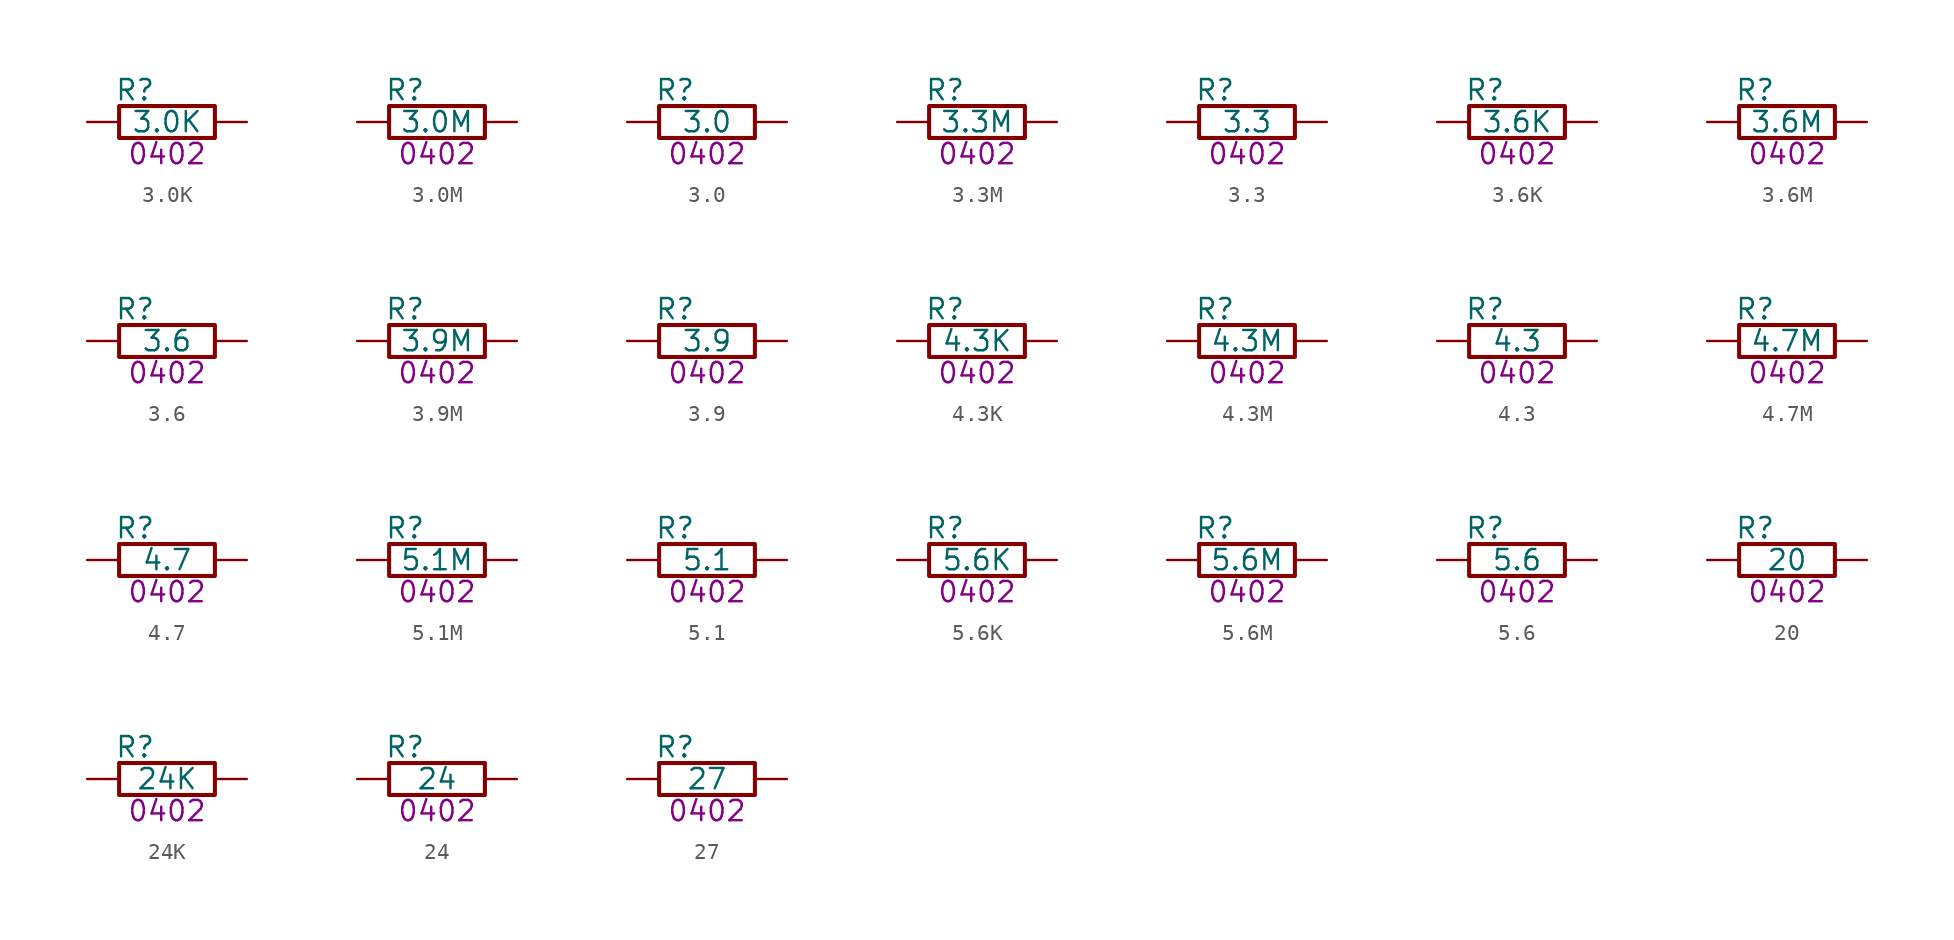
<source format=kicad_sym>
(kicad_symbol_lib
  (version 20211014)
  (generator kicad_symbol_editor)
  (symbol "3.0K"
    (pin_numbers hide)
    (pin_names hide)
    (property "Reference" "R"
      (at -2 1 0)
      (effects (font (size 1.27 1.27))))
    (property "Value" "3.0K"
      (at 0 -1 0)
      (effects (font (size 1.27 1.27))))
    (property "Size" "0402"
      (at 0 -3 0)
      (effects (font (size 1.27 1.27))))
    (symbol "3.0K_0_1"
      (rectangle (start -3 0) (end 3 -2) (stroke (width 0.254) (type default) (color 0 0 0 0)) (fill (type none))))
    (symbol "3.0K_1_1"
      (pin passive line (at -5 -1 0) (length 2) (name "~" (effects (font (size 1.27 1.27)))) (number "1" (effects (font (size 1.27 1.27)))))
      (pin passive line (at 5 -1 180) (length 2) (name "~" (effects (font (size 1.27 1.27)))) (number "2" (effects (font (size 1.27 1.27)))))))
  (symbol "3.0M"
    (pin_numbers hide)
    (pin_names hide)
    (property "Reference" "R"
      (at -2 1 0)
      (effects (font (size 1.27 1.27))))
    (property "Value" "3.0M"
      (at 0 -1 0)
      (effects (font (size 1.27 1.27))))
    (property "Size" "0402"
      (at 0 -3 0)
      (effects (font (size 1.27 1.27))))
    (symbol "3.0M_0_1"
      (rectangle (start -3 0) (end 3 -2) (stroke (width 0.254) (type default) (color 0 0 0 0)) (fill (type none))))
    (symbol "3.0M_1_1"
      (pin passive line (at -5 -1 0) (length 2) (name "~" (effects (font (size 1.27 1.27)))) (number "1" (effects (font (size 1.27 1.27)))))
      (pin passive line (at 5 -1 180) (length 2) (name "~" (effects (font (size 1.27 1.27)))) (number "2" (effects (font (size 1.27 1.27)))))))
  (symbol "3.0"
    (pin_numbers hide)
    (pin_names hide)
    (property "Reference" "R"
      (at -2 1 0)
      (effects (font (size 1.27 1.27))))
    (property "Value" "3.0"
      (at 0 -1 0)
      (effects (font (size 1.27 1.27))))
    (property "Size" "0402"
      (at 0 -3 0)
      (effects (font (size 1.27 1.27))))
    (symbol "3.0_0_1"
      (rectangle (start -3 0) (end 3 -2) (stroke (width 0.254) (type default) (color 0 0 0 0)) (fill (type none))))
    (symbol "3.0_1_1"
      (pin passive line (at -5 -1 0) (length 2) (name "~" (effects (font (size 1.27 1.27)))) (number "1" (effects (font (size 1.27 1.27)))))
      (pin passive line (at 5 -1 180) (length 2) (name "~" (effects (font (size 1.27 1.27)))) (number "2" (effects (font (size 1.27 1.27)))))))
  (symbol "3.3M"
    (pin_numbers hide)
    (pin_names hide)
    (property "Reference" "R"
      (at -2 1 0)
      (effects (font (size 1.27 1.27))))
    (property "Value" "3.3M"
      (at 0 -1 0)
      (effects (font (size 1.27 1.27))))
    (property "Size" "0402"
      (at 0 -3 0)
      (effects (font (size 1.27 1.27))))
    (symbol "3.3M_0_1"
      (rectangle (start -3 0) (end 3 -2) (stroke (width 0.254) (type default) (color 0 0 0 0)) (fill (type none))))
    (symbol "3.3M_1_1"
      (pin passive line (at -5 -1 0) (length 2) (name "~" (effects (font (size 1.27 1.27)))) (number "1" (effects (font (size 1.27 1.27)))))
      (pin passive line (at 5 -1 180) (length 2) (name "~" (effects (font (size 1.27 1.27)))) (number "2" (effects (font (size 1.27 1.27)))))))
  (symbol "3.3"
    (pin_numbers hide)
    (pin_names hide)
    (property "Reference" "R"
      (at -2 1 0)
      (effects (font (size 1.27 1.27))))
    (property "Value" "3.3"
      (at 0 -1 0)
      (effects (font (size 1.27 1.27))))
    (property "Size" "0402"
      (at 0 -3 0)
      (effects (font (size 1.27 1.27))))
    (symbol "3.3_0_1"
      (rectangle (start -3 0) (end 3 -2) (stroke (width 0.254) (type default) (color 0 0 0 0)) (fill (type none))))
    (symbol "3.3_1_1"
      (pin passive line (at -5 -1 0) (length 2) (name "~" (effects (font (size 1.27 1.27)))) (number "1" (effects (font (size 1.27 1.27)))))
      (pin passive line (at 5 -1 180) (length 2) (name "~" (effects (font (size 1.27 1.27)))) (number "2" (effects (font (size 1.27 1.27)))))))
  (symbol "3.6K"
    (pin_numbers hide)
    (pin_names hide)
    (property "Reference" "R"
      (at -2 1 0)
      (effects (font (size 1.27 1.27))))
    (property "Value" "3.6K"
      (at 0 -1 0)
      (effects (font (size 1.27 1.27))))
    (property "Size" "0402"
      (at 0 -3 0)
      (effects (font (size 1.27 1.27))))
    (symbol "3.6K_0_1"
      (rectangle (start -3 0) (end 3 -2) (stroke (width 0.254) (type default) (color 0 0 0 0)) (fill (type none))))
    (symbol "3.6K_1_1"
      (pin passive line (at -5 -1 0) (length 2) (name "~" (effects (font (size 1.27 1.27)))) (number "1" (effects (font (size 1.27 1.27)))))
      (pin passive line (at 5 -1 180) (length 2) (name "~" (effects (font (size 1.27 1.27)))) (number "2" (effects (font (size 1.27 1.27)))))))
  (symbol "3.6M"
    (pin_numbers hide)
    (pin_names hide)
    (property "Reference" "R"
      (at -2 1 0)
      (effects (font (size 1.27 1.27))))
    (property "Value" "3.6M"
      (at 0 -1 0)
      (effects (font (size 1.27 1.27))))
    (property "Size" "0402"
      (at 0 -3 0)
      (effects (font (size 1.27 1.27))))
    (symbol "3.6M_0_1"
      (rectangle (start -3 0) (end 3 -2) (stroke (width 0.254) (type default) (color 0 0 0 0)) (fill (type none))))
    (symbol "3.6M_1_1"
      (pin passive line (at -5 -1 0) (length 2) (name "~" (effects (font (size 1.27 1.27)))) (number "1" (effects (font (size 1.27 1.27)))))
      (pin passive line (at 5 -1 180) (length 2) (name "~" (effects (font (size 1.27 1.27)))) (number "2" (effects (font (size 1.27 1.27)))))))
  (symbol "3.6"
    (pin_numbers hide)
    (pin_names hide)
    (property "Reference" "R"
      (at -2 1 0)
      (effects (font (size 1.27 1.27))))
    (property "Value" "3.6"
      (at 0 -1 0)
      (effects (font (size 1.27 1.27))))
    (property "Size" "0402"
      (at 0 -3 0)
      (effects (font (size 1.27 1.27))))
    (symbol "3.6_0_1"
      (rectangle (start -3 0) (end 3 -2) (stroke (width 0.254) (type default) (color 0 0 0 0)) (fill (type none))))
    (symbol "3.6_1_1"
      (pin passive line (at -5 -1 0) (length 2) (name "~" (effects (font (size 1.27 1.27)))) (number "1" (effects (font (size 1.27 1.27)))))
      (pin passive line (at 5 -1 180) (length 2) (name "~" (effects (font (size 1.27 1.27)))) (number "2" (effects (font (size 1.27 1.27)))))))
  (symbol "3.9M"
    (pin_numbers hide)
    (pin_names hide)
    (property "Reference" "R"
      (at -2 1 0)
      (effects (font (size 1.27 1.27))))
    (property "Value" "3.9M"
      (at 0 -1 0)
      (effects (font (size 1.27 1.27))))
    (property "Size" "0402"
      (at 0 -3 0)
      (effects (font (size 1.27 1.27))))
    (symbol "3.9M_0_1"
      (rectangle (start -3 0) (end 3 -2) (stroke (width 0.254) (type default) (color 0 0 0 0)) (fill (type none))))
    (symbol "3.9M_1_1"
      (pin passive line (at -5 -1 0) (length 2) (name "~" (effects (font (size 1.27 1.27)))) (number "1" (effects (font (size 1.27 1.27)))))
      (pin passive line (at 5 -1 180) (length 2) (name "~" (effects (font (size 1.27 1.27)))) (number "2" (effects (font (size 1.27 1.27)))))))
  (symbol "3.9"
    (pin_numbers hide)
    (pin_names hide)
    (property "Reference" "R"
      (at -2 1 0)
      (effects (font (size 1.27 1.27))))
    (property "Value" "3.9"
      (at 0 -1 0)
      (effects (font (size 1.27 1.27))))
    (property "Size" "0402"
      (at 0 -3 0)
      (effects (font (size 1.27 1.27))))
    (symbol "3.9_0_1"
      (rectangle (start -3 0) (end 3 -2) (stroke (width 0.254) (type default) (color 0 0 0 0)) (fill (type none))))
    (symbol "3.9_1_1"
      (pin passive line (at -5 -1 0) (length 2) (name "~" (effects (font (size 1.27 1.27)))) (number "1" (effects (font (size 1.27 1.27)))))
      (pin passive line (at 5 -1 180) (length 2) (name "~" (effects (font (size 1.27 1.27)))) (number "2" (effects (font (size 1.27 1.27)))))))
  (symbol "4.3K"
    (pin_numbers hide)
    (pin_names hide)
    (property "Reference" "R"
      (at -2 1 0)
      (effects (font (size 1.27 1.27))))
    (property "Value" "4.3K"
      (at 0 -1 0)
      (effects (font (size 1.27 1.27))))
    (property "Size" "0402"
      (at 0 -3 0)
      (effects (font (size 1.27 1.27))))
    (symbol "4.3K_0_1"
      (rectangle (start -3 0) (end 3 -2) (stroke (width 0.254) (type default) (color 0 0 0 0)) (fill (type none))))
    (symbol "4.3K_1_1"
      (pin passive line (at -5 -1 0) (length 2) (name "~" (effects (font (size 1.27 1.27)))) (number "1" (effects (font (size 1.27 1.27)))))
      (pin passive line (at 5 -1 180) (length 2) (name "~" (effects (font (size 1.27 1.27)))) (number "2" (effects (font (size 1.27 1.27)))))))
  (symbol "4.3M"
    (pin_numbers hide)
    (pin_names hide)
    (property "Reference" "R"
      (at -2 1 0)
      (effects (font (size 1.27 1.27))))
    (property "Value" "4.3M"
      (at 0 -1 0)
      (effects (font (size 1.27 1.27))))
    (property "Size" "0402"
      (at 0 -3 0)
      (effects (font (size 1.27 1.27))))
    (symbol "4.3M_0_1"
      (rectangle (start -3 0) (end 3 -2) (stroke (width 0.254) (type default) (color 0 0 0 0)) (fill (type none))))
    (symbol "4.3M_1_1"
      (pin passive line (at -5 -1 0) (length 2) (name "~" (effects (font (size 1.27 1.27)))) (number "1" (effects (font (size 1.27 1.27)))))
      (pin passive line (at 5 -1 180) (length 2) (name "~" (effects (font (size 1.27 1.27)))) (number "2" (effects (font (size 1.27 1.27)))))))
  (symbol "4.3"
    (pin_numbers hide)
    (pin_names hide)
    (property "Reference" "R"
      (at -2 1 0)
      (effects (font (size 1.27 1.27))))
    (property "Value" "4.3"
      (at 0 -1 0)
      (effects (font (size 1.27 1.27))))
    (property "Size" "0402"
      (at 0 -3 0)
      (effects (font (size 1.27 1.27))))
    (symbol "4.3_0_1"
      (rectangle (start -3 0) (end 3 -2) (stroke (width 0.254) (type default) (color 0 0 0 0)) (fill (type none))))
    (symbol "4.3_1_1"
      (pin passive line (at -5 -1 0) (length 2) (name "~" (effects (font (size 1.27 1.27)))) (number "1" (effects (font (size 1.27 1.27)))))
      (pin passive line (at 5 -1 180) (length 2) (name "~" (effects (font (size 1.27 1.27)))) (number "2" (effects (font (size 1.27 1.27)))))))
  (symbol "4.7M"
    (pin_numbers hide)
    (pin_names hide)
    (property "Reference" "R"
      (at -2 1 0)
      (effects (font (size 1.27 1.27))))
    (property "Value" "4.7M"
      (at 0 -1 0)
      (effects (font (size 1.27 1.27))))
    (property "Size" "0402"
      (at 0 -3 0)
      (effects (font (size 1.27 1.27))))
    (symbol "4.7M_0_1"
      (rectangle (start -3 0) (end 3 -2) (stroke (width 0.254) (type default) (color 0 0 0 0)) (fill (type none))))
    (symbol "4.7M_1_1"
      (pin passive line (at -5 -1 0) (length 2) (name "~" (effects (font (size 1.27 1.27)))) (number "1" (effects (font (size 1.27 1.27)))))
      (pin passive line (at 5 -1 180) (length 2) (name "~" (effects (font (size 1.27 1.27)))) (number "2" (effects (font (size 1.27 1.27)))))))
  (symbol "4.7"
    (pin_numbers hide)
    (pin_names hide)
    (property "Reference" "R"
      (at -2 1 0)
      (effects (font (size 1.27 1.27))))
    (property "Value" "4.7"
      (at 0 -1 0)
      (effects (font (size 1.27 1.27))))
    (property "Size" "0402"
      (at 0 -3 0)
      (effects (font (size 1.27 1.27))))
    (symbol "4.7_0_1"
      (rectangle (start -3 0) (end 3 -2) (stroke (width 0.254) (type default) (color 0 0 0 0)) (fill (type none))))
    (symbol "4.7_1_1"
      (pin passive line (at -5 -1 0) (length 2) (name "~" (effects (font (size 1.27 1.27)))) (number "1" (effects (font (size 1.27 1.27)))))
      (pin passive line (at 5 -1 180) (length 2) (name "~" (effects (font (size 1.27 1.27)))) (number "2" (effects (font (size 1.27 1.27)))))))
  (symbol "5.1M"
    (pin_numbers hide)
    (pin_names hide)
    (property "Reference" "R"
      (at -2 1 0)
      (effects (font (size 1.27 1.27))))
    (property "Value" "5.1M"
      (at 0 -1 0)
      (effects (font (size 1.27 1.27))))
    (property "Size" "0402"
      (at 0 -3 0)
      (effects (font (size 1.27 1.27))))
    (symbol "5.1M_0_1"
      (rectangle (start -3 0) (end 3 -2) (stroke (width 0.254) (type default) (color 0 0 0 0)) (fill (type none))))
    (symbol "5.1M_1_1"
      (pin passive line (at -5 -1 0) (length 2) (name "~" (effects (font (size 1.27 1.27)))) (number "1" (effects (font (size 1.27 1.27)))))
      (pin passive line (at 5 -1 180) (length 2) (name "~" (effects (font (size 1.27 1.27)))) (number "2" (effects (font (size 1.27 1.27)))))))
  (symbol "5.1"
    (pin_numbers hide)
    (pin_names hide)
    (property "Reference" "R"
      (at -2 1 0)
      (effects (font (size 1.27 1.27))))
    (property "Value" "5.1"
      (at 0 -1 0)
      (effects (font (size 1.27 1.27))))
    (property "Size" "0402"
      (at 0 -3 0)
      (effects (font (size 1.27 1.27))))
    (symbol "5.1_0_1"
      (rectangle (start -3 0) (end 3 -2) (stroke (width 0.254) (type default) (color 0 0 0 0)) (fill (type none))))
    (symbol "5.1_1_1"
      (pin passive line (at -5 -1 0) (length 2) (name "~" (effects (font (size 1.27 1.27)))) (number "1" (effects (font (size 1.27 1.27)))))
      (pin passive line (at 5 -1 180) (length 2) (name "~" (effects (font (size 1.27 1.27)))) (number "2" (effects (font (size 1.27 1.27)))))))
  (symbol "5.6K"
    (pin_numbers hide)
    (pin_names hide)
    (property "Reference" "R"
      (at -2 1 0)
      (effects (font (size 1.27 1.27))))
    (property "Value" "5.6K"
      (at 0 -1 0)
      (effects (font (size 1.27 1.27))))
    (property "Size" "0402"
      (at 0 -3 0)
      (effects (font (size 1.27 1.27))))
    (symbol "5.6K_0_1"
      (rectangle (start -3 0) (end 3 -2) (stroke (width 0.254) (type default) (color 0 0 0 0)) (fill (type none))))
    (symbol "5.6K_1_1"
      (pin passive line (at -5 -1 0) (length 2) (name "~" (effects (font (size 1.27 1.27)))) (number "1" (effects (font (size 1.27 1.27)))))
      (pin passive line (at 5 -1 180) (length 2) (name "~" (effects (font (size 1.27 1.27)))) (number "2" (effects (font (size 1.27 1.27)))))))
  (symbol "5.6M"
    (pin_numbers hide)
    (pin_names hide)
    (property "Reference" "R"
      (at -2 1 0)
      (effects (font (size 1.27 1.27))))
    (property "Value" "5.6M"
      (at 0 -1 0)
      (effects (font (size 1.27 1.27))))
    (property "Size" "0402"
      (at 0 -3 0)
      (effects (font (size 1.27 1.27))))
    (symbol "5.6M_0_1"
      (rectangle (start -3 0) (end 3 -2) (stroke (width 0.254) (type default) (color 0 0 0 0)) (fill (type none))))
    (symbol "5.6M_1_1"
      (pin passive line (at -5 -1 0) (length 2) (name "~" (effects (font (size 1.27 1.27)))) (number "1" (effects (font (size 1.27 1.27)))))
      (pin passive line (at 5 -1 180) (length 2) (name "~" (effects (font (size 1.27 1.27)))) (number "2" (effects (font (size 1.27 1.27)))))))
  (symbol "5.6"
    (pin_numbers hide)
    (pin_names hide)
    (property "Reference" "R"
      (at -2 1 0)
      (effects (font (size 1.27 1.27))))
    (property "Value" "5.6"
      (at 0 -1 0)
      (effects (font (size 1.27 1.27))))
    (property "Size" "0402"
      (at 0 -3 0)
      (effects (font (size 1.27 1.27))))
    (symbol "5.6_0_1"
      (rectangle (start -3 0) (end 3 -2) (stroke (width 0.254) (type default) (color 0 0 0 0)) (fill (type none))))
    (symbol "5.6_1_1"
      (pin passive line (at -5 -1 0) (length 2) (name "~" (effects (font (size 1.27 1.27)))) (number "1" (effects (font (size 1.27 1.27)))))
      (pin passive line (at 5 -1 180) (length 2) (name "~" (effects (font (size 1.27 1.27)))) (number "2" (effects (font (size 1.27 1.27)))))))
  (symbol "20"
    (pin_numbers hide)
    (pin_names hide)
    (property "Reference" "R"
      (at -2 1 0)
      (effects (font (size 1.27 1.27))))
    (property "Value" "20"
      (at 0 -1 0)
      (effects (font (size 1.27 1.27))))
    (property "Size" "0402"
      (at 0 -3 0)
      (effects (font (size 1.27 1.27))))
    (symbol "20_0_1"
      (rectangle (start -3 0) (end 3 -2) (stroke (width 0.254) (type default) (color 0 0 0 0)) (fill (type none))))
    (symbol "20_1_1"
      (pin passive line (at -5 -1 0) (length 2) (name "~" (effects (font (size 1.27 1.27)))) (number "1" (effects (font (size 1.27 1.27)))))
      (pin passive line (at 5 -1 180) (length 2) (name "~" (effects (font (size 1.27 1.27)))) (number "2" (effects (font (size 1.27 1.27)))))))
  (symbol "24K"
    (pin_numbers hide)
    (pin_names hide)
    (property "Reference" "R"
      (at -2 1 0)
      (effects (font (size 1.27 1.27))))
    (property "Value" "24K"
      (at 0 -1 0)
      (effects (font (size 1.27 1.27))))
    (property "Size" "0402"
      (at 0 -3 0)
      (effects (font (size 1.27 1.27))))
    (symbol "24K_0_1"
      (rectangle (start -3 0) (end 3 -2) (stroke (width 0.254) (type default) (color 0 0 0 0)) (fill (type none))))
    (symbol "24K_1_1"
      (pin passive line (at -5 -1 0) (length 2) (name "~" (effects (font (size 1.27 1.27)))) (number "1" (effects (font (size 1.27 1.27)))))
      (pin passive line (at 5 -1 180) (length 2) (name "~" (effects (font (size 1.27 1.27)))) (number "2" (effects (font (size 1.27 1.27)))))))
  (symbol "24"
    (pin_numbers hide)
    (pin_names hide)
    (property "Reference" "R"
      (at -2 1 0)
      (effects (font (size 1.27 1.27))))
    (property "Value" "24"
      (at 0 -1 0)
      (effects (font (size 1.27 1.27))))
    (property "Size" "0402"
      (at 0 -3 0)
      (effects (font (size 1.27 1.27))))
    (symbol "24_0_1"
      (rectangle (start -3 0) (end 3 -2) (stroke (width 0.254) (type default) (color 0 0 0 0)) (fill (type none))))
    (symbol "24_1_1"
      (pin passive line (at -5 -1 0) (length 2) (name "~" (effects (font (size 1.27 1.27)))) (number "1" (effects (font (size 1.27 1.27)))))
      (pin passive line (at 5 -1 180) (length 2) (name "~" (effects (font (size 1.27 1.27)))) (number "2" (effects (font (size 1.27 1.27)))))))
  (symbol "27"
    (pin_numbers hide)
    (pin_names hide)
    (property "Reference" "R"
      (at -2 1 0)
      (effects (font (size 1.27 1.27))))
    (property "Value" "27"
      (at 0 -1 0)
      (effects (font (size 1.27 1.27))))
    (property "Size" "0402"
      (at 0 -3 0)
      (effects (font (size 1.27 1.27))))
    (symbol "27_0_1"
      (rectangle (start -3 0) (end 3 -2) (stroke (width 0.254) (type default) (color 0 0 0 0)) (fill (type none))))
    (symbol "27_1_1"
      (pin passive line (at -5 -1 0) (length 2) (name "~" (effects (font (size 1.27 1.27)))) (number "1" (effects (font (size 1.27 1.27)))))
      (pin passive line (at 5 -1 180) (length 2) (name "~" (effects (font (size 1.27 1.27)))) (number "2" (effects (font (size 1.27 1.27))))))))
</source>
